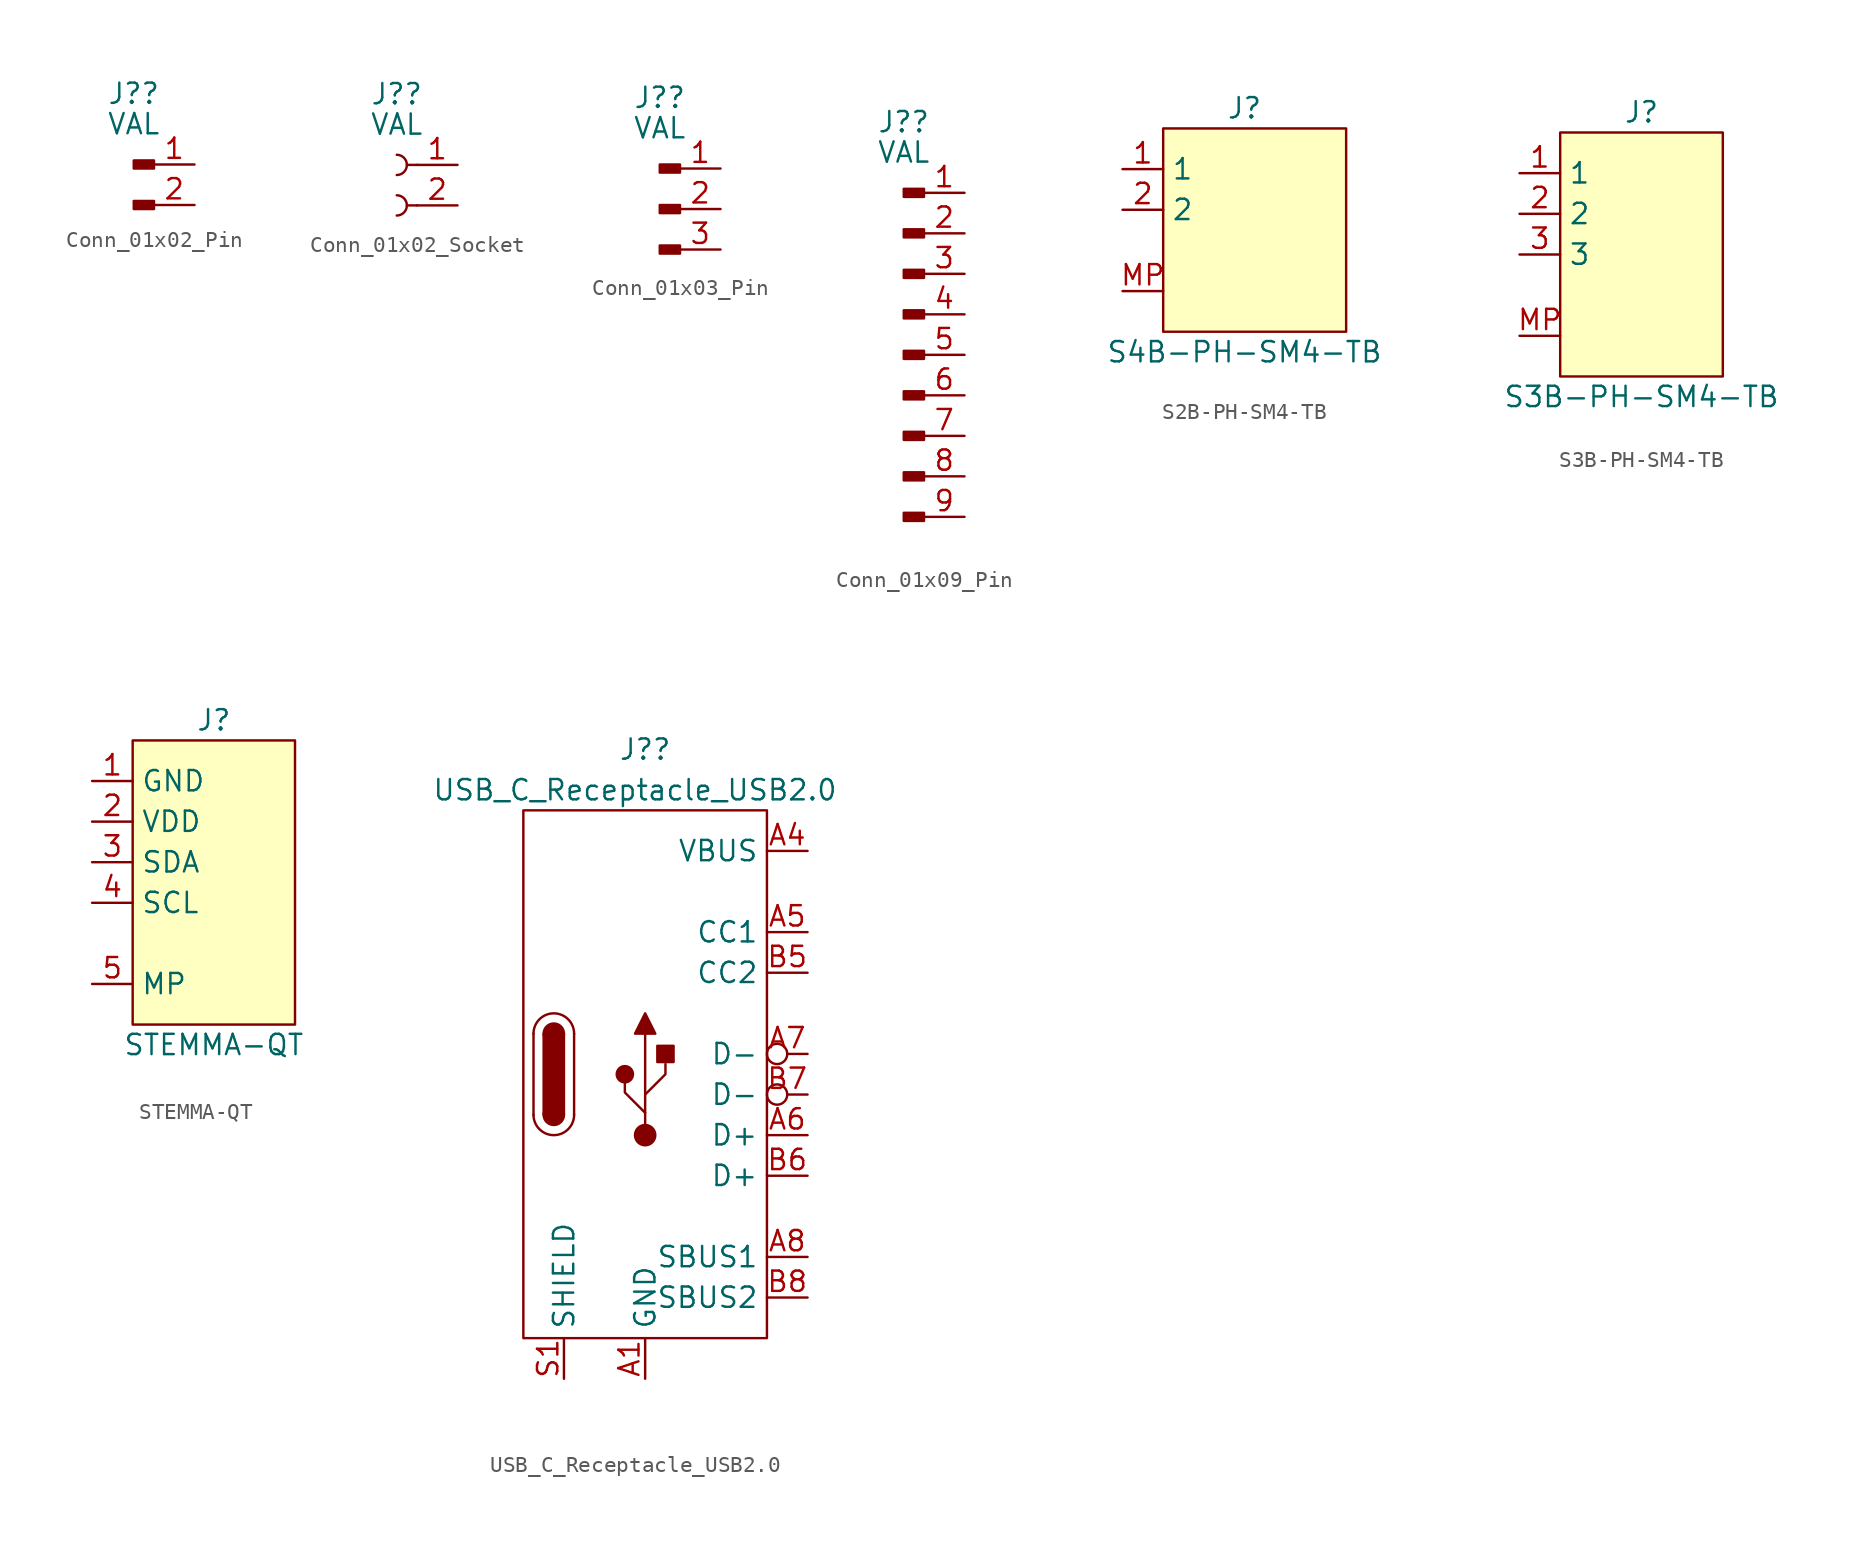
<source format=kicad_sym>
(kicad_symbol_lib
  (version 20231120)
  (generator "kicad_symbol_editor")
  (generator_version "8.0")
  (symbol "Conn_01x02_Pin"
    (pin_names hide)
    (property "Reference" "J?"
      (at 0 5.715 0)
      (do_not_autoplace)
      (effects (font (size 1.27 1.27))))
    (property "Value" "VAL"
      (at 0 3.81 0)
      (do_not_autoplace)
      (effects (font (size 1.27 1.27))))
    (symbol "Conn_01x02_Pin_1_0"
      (pin passive line (at 3.81 1.27 180) (length 2.54) (name "" (effects (font (size 1.27 1.27)))) (number "1" (effects (font (size 1.27 1.27)))))
      (pin passive line (at 3.81 -1.27 180) (length 2.54) (name "" (effects (font (size 1.27 1.27)))) (number "2" (effects (font (size 1.27 1.27))))))
    (symbol "Conn_01x02_Pin_1_1"
      (rectangle (start 0 -1.016) (end 1.27 -1.524) (stroke (width 0) (type default)) (fill (type outline)))
      (rectangle (start 0 1.524) (end 1.27 1.016) (stroke (width 0) (type default)) (fill (type outline)))))
  (symbol "Conn_01x02_Socket"
    (pin_names hide)
    (property "Reference" "J?"
      (at 0 5.715 0)
      (do_not_autoplace)
      (effects (font (size 1.27 1.27))))
    (property "Value" "VAL"
      (at 0 3.81 0)
      (do_not_autoplace)
      (effects (font (size 1.27 1.27))))
    (symbol "Conn_01x02_Socket_0_1"
      (arc (start 0 -1.905) (mid 0.635 -1.27) (end 0 -0.635) (stroke (width 0) (type default)) (fill (type none)))
      (polyline (pts (xy 1.27 -1.27) (xy 0.635 -1.27)) (stroke (width 0) (type default)) (fill (type none)))
      (polyline (pts (xy 1.27 1.27) (xy 0.635 1.27)) (stroke (width 0) (type default)) (fill (type none)))
      (arc (start 0 0.635) (mid 0.635 1.27) (end 0 1.905) (stroke (width 0) (type default)) (fill (type none))))
    (symbol "Conn_01x02_Socket_1_0"
      (pin passive line (at 3.81 1.27 180) (length 2.54) (name "" (effects (font (size 1.27 1.27)))) (number "1" (effects (font (size 1.27 1.27)))))
      (pin passive line (at 3.81 -1.27 180) (length 2.54) (name "" (effects (font (size 1.27 1.27)))) (number "2" (effects (font (size 1.27 1.27)))))))
  (symbol "Conn_01x03_Pin"
    (pin_names hide)
    (property "Reference" "J?"
      (at 0 6.985 0)
      (do_not_autoplace)
      (effects (font (size 1.27 1.27))))
    (property "Value" "VAL"
      (at 0 5.08 0)
      (do_not_autoplace)
      (effects (font (size 1.27 1.27))))
    (symbol "Conn_01x03_Pin_1_0"
      (pin passive line (at 3.81 2.54 180) (length 2.54) (name "" (effects (font (size 1.27 1.27)))) (number "1" (effects (font (size 1.27 1.27)))))
      (pin passive line (at 3.81 0 180) (length 2.54) (name "" (effects (font (size 1.27 1.27)))) (number "2" (effects (font (size 1.27 1.27)))))
      (pin passive line (at 3.81 -2.54 180) (length 2.54) (name "" (effects (font (size 1.27 1.27)))) (number "3" (effects (font (size 1.27 1.27))))))
    (symbol "Conn_01x03_Pin_1_1"
      (rectangle (start 0 -2.286) (end 1.27 -2.794) (stroke (width 0) (type default)) (fill (type outline)))
      (rectangle (start 0 0.254) (end 1.27 -0.254) (stroke (width 0) (type default)) (fill (type outline)))
      (rectangle (start 0 2.794) (end 1.27 2.286) (stroke (width 0) (type default)) (fill (type outline)))))
  (symbol "Conn_01x09_Pin"
    (pin_names hide)
    (property "Reference" "J?"
      (at 0 14.605 0)
      (do_not_autoplace)
      (effects (font (size 1.27 1.27))))
    (property "Value" "VAL"
      (at 0 12.7 0)
      (do_not_autoplace)
      (effects (font (size 1.27 1.27))))
    (symbol "Conn_01x09_Pin_1_0"
      (pin passive line (at 3.81 10.16 180) (length 2.54) (name "" (effects (font (size 1.27 1.27)))) (number "1" (effects (font (size 1.27 1.27)))))
      (pin passive line (at 3.81 7.62 180) (length 2.54) (name "" (effects (font (size 1.27 1.27)))) (number "2" (effects (font (size 1.27 1.27)))))
      (pin passive line (at 3.81 5.08 180) (length 2.54) (name "" (effects (font (size 1.27 1.27)))) (number "3" (effects (font (size 1.27 1.27)))))
      (pin passive line (at 3.81 2.54 180) (length 2.54) (name "" (effects (font (size 1.27 1.27)))) (number "4" (effects (font (size 1.27 1.27)))))
      (pin passive line (at 3.81 0 180) (length 2.54) (name "" (effects (font (size 1.27 1.27)))) (number "5" (effects (font (size 1.27 1.27)))))
      (pin passive line (at 3.81 -2.54 180) (length 2.54) (name "" (effects (font (size 1.27 1.27)))) (number "6" (effects (font (size 1.27 1.27)))))
      (pin passive line (at 3.81 -5.08 180) (length 2.54) (name "" (effects (font (size 1.27 1.27)))) (number "7" (effects (font (size 1.27 1.27)))))
      (pin passive line (at 3.81 -7.62 180) (length 2.54) (name "" (effects (font (size 1.27 1.27)))) (number "8" (effects (font (size 1.27 1.27)))))
      (pin passive line (at 3.81 -10.16 180) (length 2.54) (name "" (effects (font (size 1.27 1.27)))) (number "9" (effects (font (size 1.27 1.27))))))
    (symbol "Conn_01x09_Pin_1_1"
      (rectangle (start 0 -9.906) (end 1.27 -10.414) (stroke (width 0) (type default)) (fill (type outline)))
      (rectangle (start 0 -7.366) (end 1.27 -7.874) (stroke (width 0) (type default)) (fill (type outline)))
      (rectangle (start 0 -4.826) (end 1.27 -5.334) (stroke (width 0) (type default)) (fill (type outline)))
      (rectangle (start 0 -2.286) (end 1.27 -2.794) (stroke (width 0) (type default)) (fill (type outline)))
      (rectangle (start 0 0.254) (end 1.27 -0.254) (stroke (width 0) (type default)) (fill (type outline)))
      (rectangle (start 0 2.794) (end 1.27 2.286) (stroke (width 0) (type default)) (fill (type outline)))
      (rectangle (start 0 5.334) (end 1.27 4.826) (stroke (width 0) (type default)) (fill (type outline)))
      (rectangle (start 0 7.874) (end 1.27 7.366) (stroke (width 0) (type default)) (fill (type outline)))
      (rectangle (start 0 10.414) (end 1.27 9.906) (stroke (width 0) (type default)) (fill (type outline)))))
  (symbol "S2B-PH-SM4-TB"
    (property "Reference" "J"
      (at 0 7.62 0)
      (do_not_autoplace)
      (effects (font (size 1.27 1.27))))
    (property "Value" "S4B-PH-SM4-TB"
      (at 0 -7.62 0)
      (do_not_autoplace)
      (effects (font (size 1.27 1.27))))
    (symbol "S2B-PH-SM4-TB_1_0"
      (pin passive line (at -7.62 3.81 0) (length 2.54) (name "1" (effects (font (size 1.27 1.27)))) (number "1" (effects (font (size 1.27 1.27)))))
      (pin power_in line (at -7.62 1.27 0) (length 2.54) (name "2" (effects (font (size 1.27 1.27)))) (number "2" (effects (font (size 1.27 1.27)))))
      (pin passive line (at -7.62 -3.81 0) (length 2.54) (name "" (effects (font (size 1.27 1.27)))) (number "MP" (effects (font (size 1.27 1.27)))))
      (pin passive line (at -7.62 -3.81 0) (length 2.54) hide (name "" (effects (font (size 1.27 1.27)))) (number "MP" (effects (font (size 1.27 1.27))))))
    (symbol "S2B-PH-SM4-TB_1_1"
      (rectangle (start -5.08 6.35) (end 6.35 -6.35) (stroke (width 0) (type default)) (fill (type background)))))
  (symbol "S3B-PH-SM4-TB"
    (property "Reference" "J"
      (at 0 8.89 0)
      (do_not_autoplace)
      (effects (font (size 1.27 1.27))))
    (property "Value" "S3B-PH-SM4-TB"
      (at 0 -8.89 0)
      (do_not_autoplace)
      (effects (font (size 1.27 1.27))))
    (symbol "S3B-PH-SM4-TB_1_0"
      (pin passive line (at -7.62 5.08 0) (length 2.54) (name "1" (effects (font (size 1.27 1.27)))) (number "1" (effects (font (size 1.27 1.27)))))
      (pin power_in line (at -7.62 2.54 0) (length 2.54) (name "2" (effects (font (size 1.27 1.27)))) (number "2" (effects (font (size 1.27 1.27)))))
      (pin power_in line (at -7.62 0 0) (length 2.54) (name "3" (effects (font (size 1.27 1.27)))) (number "3" (effects (font (size 1.27 1.27)))))
      (pin passive line (at -7.62 -5.08 0) (length 2.54) (name "" (effects (font (size 1.27 1.27)))) (number "MP" (effects (font (size 1.27 1.27)))))
      (pin passive line (at -7.62 -5.08 0) (length 2.54) hide (name "" (effects (font (size 1.27 1.27)))) (number "MP" (effects (font (size 1.27 1.27))))))
    (symbol "S3B-PH-SM4-TB_1_1"
      (rectangle (start -5.08 7.62) (end 5.08 -7.62) (stroke (width 0) (type default)) (fill (type background)))))
  (symbol "STEMMA-QT"
    (property "Reference" "J"
      (at 0 10.16 0)
      (do_not_autoplace)
      (effects (font (size 1.27 1.27))))
    (property "Value" "STEMMA-QT"
      (at 0 -10.16 0)
      (do_not_autoplace)
      (effects (font (size 1.27 1.27))))
    (symbol "STEMMA-QT_0_0"
      (pin passive line (at -7.62 6.35 0) (length 2.54) (name "GND" (effects (font (size 1.27 1.27)))) (number "1" (effects (font (size 1.27 1.27)))))
      (pin power_in line (at -7.62 3.81 0) (length 2.54) (name "VDD" (effects (font (size 1.27 1.27)))) (number "2" (effects (font (size 1.27 1.27)))))
      (pin bidirectional line (at -7.62 1.27 0) (length 2.54) (name "SDA" (effects (font (size 1.27 1.27)))) (number "3" (effects (font (size 1.27 1.27)))))
      (pin input line (at -7.62 -1.27 0) (length 2.54) (name "SCL" (effects (font (size 1.27 1.27)))) (number "4" (effects (font (size 1.27 1.27)))))
      (pin passive line (at -7.62 -6.35 0) (length 2.54) (name "MP" (effects (font (size 1.27 1.27)))) (number "5" (effects (font (size 1.27 1.27))))))
    (symbol "STEMMA-QT_1_0"
      (pin passive line (at -7.62 -6.35 0) (length 2.54) hide (name "MP" (effects (font (size 1.27 1.27)))) (number "6" (effects (font (size 1.27 1.27))))))
    (symbol "STEMMA-QT_1_1"
      (rectangle (start -5.08 8.89) (end 5.08 -8.89) (stroke (width 0) (type default)) (fill (type background)))))
  (symbol "USB_C_Receptacle_USB2.0"
    (property "Reference" "J?"
      (at 0 20.32 0)
      (do_not_autoplace)
      (effects (font (size 1.27 1.27))))
    (property "Value" "USB_C_Receptacle_USB2.0"
      (at -0.635 17.78 0)
      (do_not_autoplace)
      (effects (font (size 1.27 1.27))))
    (symbol "USB_C_Receptacle_USB2.0_0_0"
      (pin passive line (at 0 -19.05 90) (length 2.54) (name "GND" (effects (font (size 1.27 1.27)))) (number "A1" (effects (font (size 1.27 1.27)))))
      (pin power_out line (at 10.16 13.97 180) (length 2.54) (name "VBUS" (effects (font (size 1.27 1.27)))) (number "A4" (effects (font (size 1.27 1.27)))))
      (pin input line (at 10.16 8.89 180) (length 2.54) (name "CC1" (effects (font (size 1.27 1.27)))) (number "A5" (effects (font (size 1.27 1.27)))))
      (pin bidirectional line (at 10.16 -3.81 180) (length 2.54) (name "D+" (effects (font (size 1.27 1.27)))) (number "A6" (effects (font (size 1.27 1.27)))))
      (pin bidirectional inverted (at 10.16 1.27 180) (length 2.54) (name "D-" (effects (font (size 1.27 1.27)))) (number "A7" (effects (font (size 1.27 1.27)))))
      (pin unspecified line (at 10.16 -11.43 180) (length 2.54) (name "SBUS1" (effects (font (size 1.27 1.27)))) (number "A8" (effects (font (size 1.27 1.27)))))
      (pin input line (at 10.16 6.35 180) (length 2.54) (name "CC2" (effects (font (size 1.27 1.27)))) (number "B5" (effects (font (size 1.27 1.27)))))
      (pin bidirectional line (at 10.16 -6.35 180) (length 2.54) (name "D+" (effects (font (size 1.27 1.27)))) (number "B6" (effects (font (size 1.27 1.27)))))
      (pin bidirectional inverted (at 10.16 -1.27 180) (length 2.54) (name "D-" (effects (font (size 1.27 1.27)))) (number "B7" (effects (font (size 1.27 1.27)))))
      (pin unspecified line (at 10.16 -13.97 180) (length 2.54) (name "SBUS2" (effects (font (size 1.27 1.27)))) (number "B8" (effects (font (size 1.27 1.27)))))
      (pin passive line (at -5.08 -19.05 90) (length 2.54) (name "SHIELD" (effects (font (size 1.27 1.27)))) (number "S1" (effects (font (size 1.27 1.27))))))
    (symbol "USB_C_Receptacle_USB2.0_1_0"
      (pin passive line (at 0 -19.05 90) (length 2.54) hide (name "GND" (effects (font (size 1.27 1.27)))) (number "A12" (effects (font (size 1.27 1.27)))))
      (pin power_out line (at 10.16 13.97 180) (length 2.54) hide (name "VBUS" (effects (font (size 1.27 1.27)))) (number "A9" (effects (font (size 1.27 1.27)))))
      (pin passive line (at 0 -19.05 90) (length 2.54) hide (name "GND" (effects (font (size 1.27 1.27)))) (number "B1" (effects (font (size 1.27 1.27)))))
      (pin passive line (at 0 -19.05 90) (length 2.54) hide (name "GND" (effects (font (size 1.27 1.27)))) (number "B12" (effects (font (size 1.27 1.27)))))
      (pin power_out line (at 10.16 13.97 180) (length 2.54) hide (name "VBUS" (effects (font (size 1.27 1.27)))) (number "B4" (effects (font (size 1.27 1.27)))))
      (pin power_out line (at 10.16 13.97 180) (length 2.54) hide (name "VBUS" (effects (font (size 1.27 1.27)))) (number "B9" (effects (font (size 1.27 1.27))))))
    (symbol "USB_C_Receptacle_USB2.0_1_1"
      (rectangle (start -7.62 16.51) (end 7.62 -16.51) (stroke (width 0) (type default)) (fill (type none)))
      (arc (start -6.985 -2.54) (mid -5.715 -3.81) (end -4.445 -2.54) (stroke (width 0) (type default)) (fill (type none)))
      (rectangle (start -6.35 2.54) (end -5.08 -2.54) (stroke (width 0) (type default)) (fill (type outline)))
      (circle (center -5.715 -2.54) (radius 0.635) (stroke (width 0) (type default)) (fill (type outline)))
      (circle (center -5.715 2.54) (radius 0.635) (stroke (width 0) (type default)) (fill (type outline)))
      (arc (start -4.445 2.54) (mid -5.715 3.81) (end -6.985 2.54) (stroke (width 0) (type default)) (fill (type none)))
      (circle (center -1.27 0) (radius 0.508) (stroke (width 0) (type default)) (fill (type outline)))
      (circle (center 0 -3.81) (radius 0.635) (stroke (width 0) (type default)) (fill (type outline)))
      (polyline (pts (xy -6.985 2.54) (xy -6.985 -2.54)) (stroke (width 0) (type default)) (fill (type none)))
      (polyline (pts (xy -4.445 2.54) (xy -4.445 -2.54)) (stroke (width 0) (type default)) (fill (type none)))
      (polyline (pts (xy 0 -3.175) (xy 0 2.54)) (stroke (width 0) (type default)) (fill (type none)))
      (polyline (pts (xy 0 -2.413) (xy -1.27 -1.143) (xy -1.27 -0.508)) (stroke (width 0) (type default)) (fill (type none)))
      (polyline (pts (xy 0 -1.27) (xy 1.27 0) (xy 1.27 0.635)) (stroke (width 0) (type default)) (fill (type none)))
      (polyline (pts (xy 0 2.54) (xy -0.635 2.54) (xy 0 3.81) (xy 0.635 2.54) (xy 0 2.54)) (stroke (width 0) (type default)) (fill (type outline)))
      (rectangle (start 0.762 1.778) (end 1.778 0.762) (stroke (width 0) (type default)) (fill (type outline))))))
</source>
